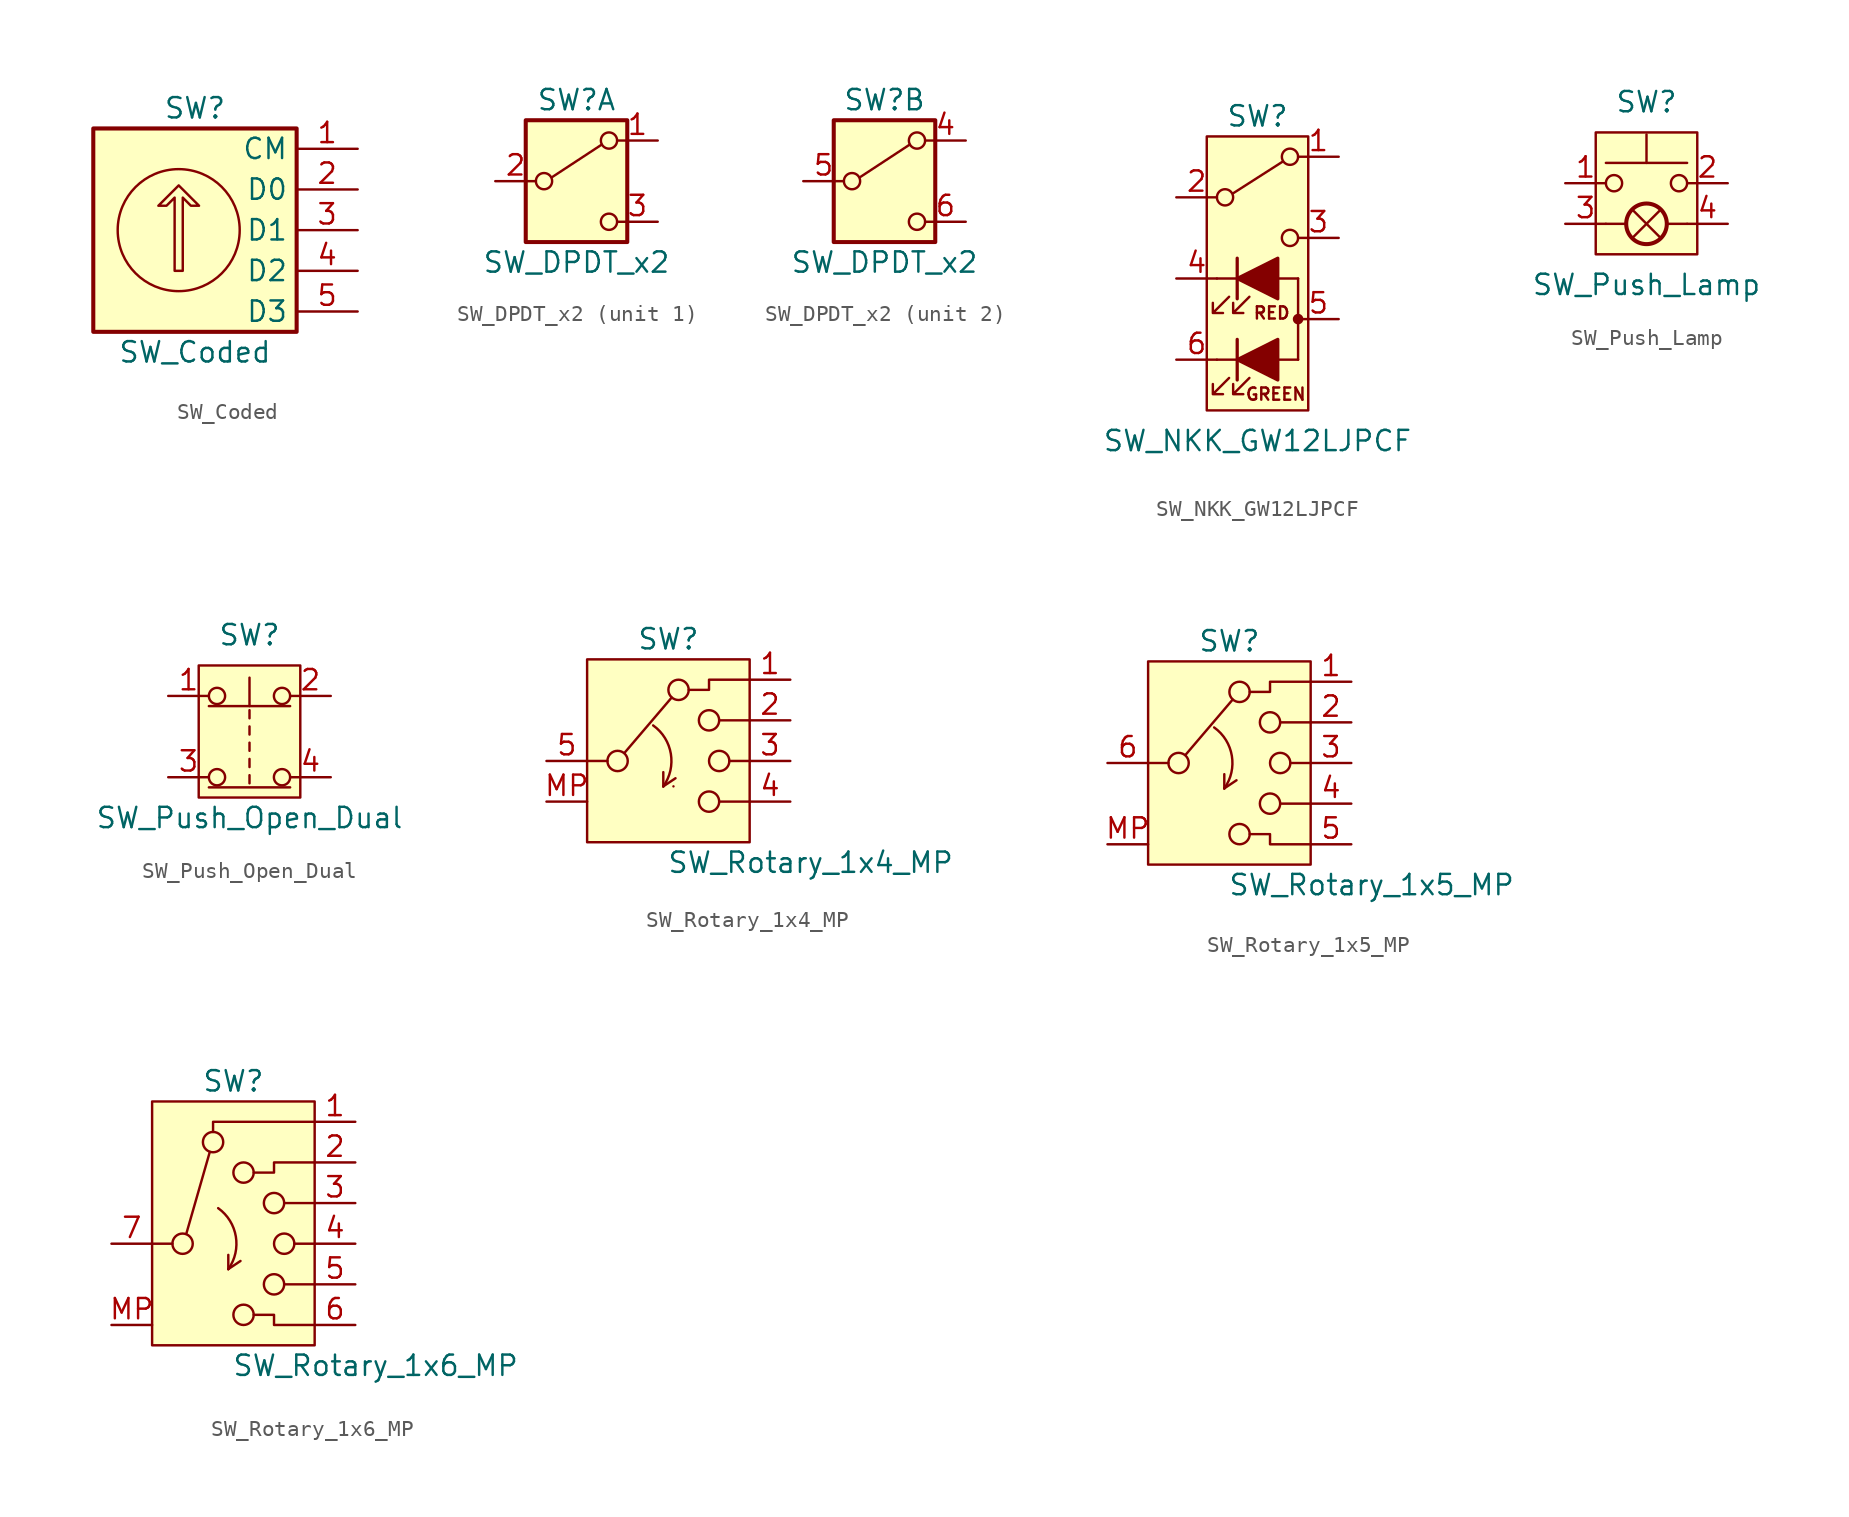
<source format=kicad_sym>
(kicad_symbol_lib
  (version 20220914)
  (generator kicad_symbol_editor)
  (symbol "SW_Coded"
    (property "Reference" "SW"
      (at 0 7.62 0)
      (effects (font (size 1.27 1.27))))
    (property "Value" "SW_Coded"
      (at 0 -7.62 0)
      (effects (font (size 1.27 1.27))))
    (symbol "SW_Coded_0_1"
      (rectangle (start -6.35 6.35) (end 6.35 -6.35) (stroke (width 0.254) (type default)) (fill (type background)))
      (circle (center -1.016 0) (radius 3.81) (stroke (width 0) (type default)) (fill (type none)))
      (polyline (pts (xy -1.27 -2.54) (xy -1.27 2.032) (xy -1.778 1.524) (xy -2.286 1.524) (xy -1.016 2.794) (xy 0.254 1.524) (xy -0.254 1.524) (xy -0.762 2.032) (xy -0.762 -2.54) (xy -1.27 -2.54) (xy -1.27 -2.54)) (stroke (width 0) (type default)) (fill (type none))))
    (symbol "SW_Coded_1_1"
      (pin passive line (at 10.16 5.08 180) (length 3.81) (name "CM" (effects (font (size 1.27 1.27)))) (number "1" (effects (font (size 1.27 1.27)))))
      (pin passive line (at 10.16 2.54 180) (length 3.81) (name "D0" (effects (font (size 1.27 1.27)))) (number "2" (effects (font (size 1.27 1.27)))))
      (pin passive line (at 10.16 0 180) (length 3.81) (name "D1" (effects (font (size 1.27 1.27)))) (number "3" (effects (font (size 1.27 1.27)))))
      (pin passive line (at 10.16 -2.54 180) (length 3.81) (name "D2" (effects (font (size 1.27 1.27)))) (number "4" (effects (font (size 1.27 1.27)))))
      (pin passive line (at 10.16 -5.08 180) (length 3.81) (name "D3" (effects (font (size 1.27 1.27)))) (number "5" (effects (font (size 1.27 1.27)))))))
  (symbol "SW_DPDT_x2"
    (pin_names
      (offset 0) hide)
    (property "Reference" "SW"
      (at 0 5.08 0)
      (effects (font (size 1.27 1.27))))
    (property "Value" "SW_DPDT_x2"
      (at 0 -5.08 0)
      (effects (font (size 1.27 1.27))))
    (symbol "SW_DPDT_x2_0_0"
      (circle (center -2.032 0) (radius 0.508) (stroke (width 0) (type default)) (fill (type none)))
      (circle (center 2.032 -2.54) (radius 0.508) (stroke (width 0) (type default)) (fill (type none))))
    (symbol "SW_DPDT_x2_0_1"
      (rectangle (start -3.175 3.81) (end 3.175 -3.81) (stroke (width 0.254) (type default)) (fill (type background)))
      (polyline (pts (xy -1.524 0.254) (xy 1.575 2.286)) (stroke (width 0) (type default)) (fill (type none)))
      (circle (center 2.032 2.54) (radius 0.508) (stroke (width 0) (type default)) (fill (type none))))
    (symbol "SW_DPDT_x2_1_1"
      (pin passive line (at 5.08 2.54 180) (length 2.54) (name "A" (effects (font (size 1.27 1.27)))) (number "1" (effects (font (size 1.27 1.27)))))
      (pin passive line (at -5.08 0 0) (length 2.54) (name "B" (effects (font (size 1.27 1.27)))) (number "2" (effects (font (size 1.27 1.27)))))
      (pin passive line (at 5.08 -2.54 180) (length 2.54) (name "C" (effects (font (size 1.27 1.27)))) (number "3" (effects (font (size 1.27 1.27))))))
    (symbol "SW_DPDT_x2_2_1"
      (pin passive line (at 5.08 2.54 180) (length 2.54) (name "A" (effects (font (size 1.27 1.27)))) (number "4" (effects (font (size 1.27 1.27)))))
      (pin passive line (at -5.08 0 0) (length 2.54) (name "B" (effects (font (size 1.27 1.27)))) (number "5" (effects (font (size 1.27 1.27)))))
      (pin passive line (at 5.08 -2.54 180) (length 2.54) (name "C" (effects (font (size 1.27 1.27)))) (number "6" (effects (font (size 1.27 1.27)))))))
  (symbol "SW_NKK_GW12LJPCF"
    (pin_names
      (offset 1.016) hide)
    (property "Reference" "SW"
      (at 0 10.16 0)
      (effects (font (size 1.27 1.27))))
    (property "Value" "SW_NKK_GW12LJPCF"
      (at 0 -10.16 0)
      (effects (font (size 1.27 1.27))))
    (symbol "SW_NKK_GW12LJPCF_0_0"
      (circle (center -2.032 5.08) (radius 0.508) (stroke (width 0) (type default)) (fill (type none)))
      (polyline (pts (xy -2.54 -5.08) (xy 2.54 -5.08)) (stroke (width 0) (type default)) (fill (type none)))
      (polyline (pts (xy -2.54 0) (xy 2.54 0)) (stroke (width 0) (type default)) (fill (type none)))
      (circle (center 2.032 2.54) (radius 0.508) (stroke (width 0) (type default)) (fill (type none)))
      (text "GREEN" (at 1.143 -7.239 0) (effects (font (size 0.762 0.762))))
      (text "RED" (at 0.889 -2.159 0) (effects (font (size 0.762 0.762)))))
    (symbol "SW_NKK_GW12LJPCF_0_1"
      (polyline (pts (xy -1.524 5.334) (xy 1.575 7.315)) (stroke (width 0) (type default)) (fill (type none)))
      (polyline (pts (xy -1.27 -6.35) (xy -1.27 -3.81)) (stroke (width 0.203) (type default)) (fill (type none)))
      (polyline (pts (xy -1.27 -1.27) (xy -1.27 1.27)) (stroke (width 0.203) (type default)) (fill (type none)))
      (polyline (pts (xy 2.54 0) (xy 2.54 -5.08)) (stroke (width 0) (type default)) (fill (type none)))
      (polyline (pts (xy -1.778 -6.223) (xy -2.794 -7.239) (xy -2.159 -7.239) (xy -2.794 -7.239) (xy -2.794 -6.604)) (stroke (width 0) (type default)) (fill (type none)))
      (polyline (pts (xy -1.778 -1.143) (xy -2.794 -2.159) (xy -2.159 -2.159) (xy -2.794 -2.159) (xy -2.794 -1.524)) (stroke (width 0) (type default)) (fill (type none)))
      (polyline (pts (xy -0.508 -6.223) (xy -1.524 -7.239) (xy -0.889 -7.239) (xy -1.524 -7.239) (xy -1.524 -6.604)) (stroke (width 0) (type default)) (fill (type none)))
      (polyline (pts (xy -0.508 -1.143) (xy -1.524 -2.159) (xy -0.889 -2.159) (xy -1.524 -2.159) (xy -1.524 -1.524)) (stroke (width 0) (type default)) (fill (type none)))
      (circle (center 2.032 7.62) (radius 0.508) (stroke (width 0) (type default)) (fill (type none)))
      (circle (center 2.54 -2.54) (radius 0.254) (stroke (width 0) (type default)) (fill (type outline)))
      (pin passive line (at -5.08 0 0) (length 2.54) (name "KR" (effects (font (size 1.27 1.27)))) (number "4" (effects (font (size 1.27 1.27)))))
      (pin passive line (at 5.08 -2.54 180) (length 2.54) (name "A" (effects (font (size 1.27 1.27)))) (number "5" (effects (font (size 1.27 1.27)))))
      (pin passive line (at -5.08 -5.08 0) (length 2.54) (name "KG" (effects (font (size 1.27 1.27)))) (number "6" (effects (font (size 1.27 1.27))))))
    (symbol "SW_NKK_GW12LJPCF_1_1"
      (rectangle (start -3.175 8.89) (end 3.175 -8.255) (stroke (width 0) (type default)) (fill (type background)))
      (polyline (pts (xy 1.27 -6.35) (xy 1.27 -3.81) (xy -1.27 -5.08) (xy 1.27 -6.35)) (stroke (width 0.203) (type default)) (fill (type outline)))
      (polyline (pts (xy 1.27 -1.27) (xy 1.27 1.27) (xy -1.27 0) (xy 1.27 -1.27)) (stroke (width 0.203) (type default)) (fill (type outline)))
      (pin passive line (at 5.08 7.62 180) (length 2.54) (name "A" (effects (font (size 1.27 1.27)))) (number "1" (effects (font (size 1.27 1.27)))))
      (pin passive line (at -5.08 5.08 0) (length 2.54) (name "B" (effects (font (size 1.27 1.27)))) (number "2" (effects (font (size 1.27 1.27)))))
      (pin passive line (at 5.08 2.54 180) (length 2.54) (name "C" (effects (font (size 1.27 1.27)))) (number "3" (effects (font (size 1.27 1.27)))))))
  (symbol "SW_Push_Lamp"
    (pin_names
      (offset 1.016) hide)
    (property "Reference" "SW"
      (at 0 7.62 0)
      (effects (font (size 1.27 1.27))))
    (property "Value" "SW_Push_Lamp"
      (at 0 -3.81 0)
      (effects (font (size 1.27 1.27))))
    (symbol "SW_Push_Lamp_0_1"
      (circle (center -2.032 2.54) (radius 0.508) (stroke (width 0) (type default)) (fill (type none)))
      (polyline (pts (xy -2.54 0) (xy -1.27 0)) (stroke (width 0) (type default)) (fill (type none)))
      (polyline (pts (xy -0.889 -0.889) (xy 0.889 0.889)) (stroke (width 0) (type default)) (fill (type none)))
      (polyline (pts (xy 0 3.81) (xy 0 5.588)) (stroke (width 0) (type default)) (fill (type none)))
      (polyline (pts (xy 0.889 -0.889) (xy -0.889 0.889)) (stroke (width 0) (type default)) (fill (type none)))
      (polyline (pts (xy 2.54 0) (xy 1.27 0)) (stroke (width 0) (type default)) (fill (type none)))
      (polyline (pts (xy 2.54 3.81) (xy -2.54 3.81)) (stroke (width 0) (type default)) (fill (type none)))
      (circle (center 0 0) (radius 1.27) (stroke (width 0.254) (type default)) (fill (type none)))
      (circle (center 2.032 2.54) (radius 0.508) (stroke (width 0) (type default)) (fill (type none)))
      (pin passive line (at -5.08 2.54 0) (length 2.54) (name "1" (effects (font (size 1.27 1.27)))) (number "1" (effects (font (size 1.27 1.27)))))
      (pin passive line (at 5.08 2.54 180) (length 2.54) (name "2" (effects (font (size 1.27 1.27)))) (number "2" (effects (font (size 1.27 1.27)))))
      (pin passive line (at -5.08 0 0) (length 2.54) (name "L" (effects (font (size 1.27 1.27)))) (number "3" (effects (font (size 1.27 1.27)))))
      (pin passive line (at 5.08 0 180) (length 2.54) (name "L" (effects (font (size 1.27 1.27)))) (number "4" (effects (font (size 1.27 1.27))))))
    (symbol "SW_Push_Lamp_1_1"
      (rectangle (start -3.175 5.715) (end 3.175 -1.905) (stroke (width 0) (type default)) (fill (type background)))))
  (symbol "SW_Push_Open_Dual"
    (pin_names
      (offset 1.016) hide)
    (property "Reference" "SW"
      (at 0 3.81 0)
      (effects (font (size 1.27 1.27))))
    (property "Value" "SW_Push_Open_Dual"
      (at 0 -7.62 0)
      (effects (font (size 1.27 1.27))))
    (symbol "SW_Push_Open_Dual_0_1"
      (circle (center -2.032 -5.08) (radius 0.508) (stroke (width 0) (type default)) (fill (type none)))
      (circle (center -2.032 0) (radius 0.508) (stroke (width 0) (type default)) (fill (type none)))
      (polyline (pts (xy 0 -4.953) (xy 0 -5.461)) (stroke (width 0) (type default)) (fill (type none)))
      (polyline (pts (xy 0 -3.937) (xy 0 -4.445)) (stroke (width 0) (type default)) (fill (type none)))
      (polyline (pts (xy 0 -3.429) (xy 0 -2.921)) (stroke (width 0) (type default)) (fill (type none)))
      (polyline (pts (xy 0 -2.413) (xy 0 -1.905)) (stroke (width 0) (type default)) (fill (type none)))
      (polyline (pts (xy 0 -1.397) (xy 0 -0.889)) (stroke (width 0) (type default)) (fill (type none)))
      (polyline (pts (xy 0 -0.635) (xy 0 1.143)) (stroke (width 0) (type default)) (fill (type none)))
      (polyline (pts (xy 2.54 -5.715) (xy -2.54 -5.715)) (stroke (width 0) (type default)) (fill (type none)))
      (polyline (pts (xy 2.54 -0.635) (xy -2.54 -0.635)) (stroke (width 0) (type default)) (fill (type none)))
      (circle (center 2.032 -5.08) (radius 0.508) (stroke (width 0) (type default)) (fill (type none)))
      (circle (center 2.032 0) (radius 0.508) (stroke (width 0) (type default)) (fill (type none)))
      (pin passive line (at -5.08 0 0) (length 2.54) (name "1" (effects (font (size 1.27 1.27)))) (number "1" (effects (font (size 1.27 1.27)))))
      (pin passive line (at 5.08 0 180) (length 2.54) (name "2" (effects (font (size 1.27 1.27)))) (number "2" (effects (font (size 1.27 1.27)))))
      (pin passive line (at -5.08 -5.08 0) (length 2.54) (name "3" (effects (font (size 1.27 1.27)))) (number "3" (effects (font (size 1.27 1.27)))))
      (pin passive line (at 5.08 -5.08 180) (length 2.54) (name "4" (effects (font (size 1.27 1.27)))) (number "4" (effects (font (size 1.27 1.27))))))
    (symbol "SW_Push_Open_Dual_1_1"
      (rectangle (start -3.175 1.905) (end 3.175 -6.35) (stroke (width 0) (type default)) (fill (type background)))))
  (symbol "SW_Rotary_1x4_MP"
    (pin_names hide)
    (property "Reference" "SW"
      (at 0 7.62 0)
      (effects (font (size 1.27 1.27))))
    (property "Value" "SW_Rotary_1x4_MP"
      (at 8.89 -6.35 0)
      (effects (font (size 1.27 1.27))))
    (symbol "SW_Rotary_1x4_MP_0_1"
      (circle (center -3.175 0) (radius 0.635) (stroke (width 0) (type default)) (fill (type none)))
      (arc (start -0.3176 -1.5875) (mid 0.154 0.449) (end -0.9526 2.2225) (stroke (width 0) (type default)) (fill (type none)))
      (polyline (pts (xy -5.08 0) (xy -3.81 0)) (stroke (width 0) (type default)) (fill (type none)))
      (polyline (pts (xy -2.743 0.508) (xy 0.203 3.962)) (stroke (width 0) (type default)) (fill (type none)))
      (polyline (pts (xy -0.318 -1.587) (xy -0.318 -1.587)) (stroke (width 0) (type default)) (fill (type none)))
      (polyline (pts (xy -0.318 -1.587) (xy -0.318 -0.699)) (stroke (width 0) (type default)) (fill (type none)))
      (polyline (pts (xy -0.318 -1.587) (xy 0.444 -1.079)) (stroke (width 0) (type default)) (fill (type none)))
      (polyline (pts (xy 0.317 -1.587) (xy 0.317 -1.587)) (stroke (width 0) (type default)) (fill (type none)))
      (polyline (pts (xy 5.08 -2.54) (xy 3.175 -2.54)) (stroke (width 0) (type default)) (fill (type none)))
      (polyline (pts (xy 5.08 0) (xy 3.81 0)) (stroke (width 0) (type default)) (fill (type none)))
      (polyline (pts (xy 5.08 2.54) (xy 3.175 2.54)) (stroke (width 0) (type default)) (fill (type none)))
      (polyline (pts (xy 5.08 5.08) (xy 2.54 5.08) (xy 2.54 4.445) (xy 1.27 4.445)) (stroke (width 0) (type default)) (fill (type none)))
      (circle (center 0.635 4.445) (radius 0.635) (stroke (width 0) (type default)) (fill (type none)))
      (circle (center 2.54 -2.54) (radius 0.635) (stroke (width 0) (type default)) (fill (type none)))
      (circle (center 2.54 2.54) (radius 0.635) (stroke (width 0) (type default)) (fill (type none)))
      (circle (center 3.175 0) (radius 0.635) (stroke (width 0) (type default)) (fill (type none))))
    (symbol "SW_Rotary_1x4_MP_1_1"
      (polyline (pts (xy -5.08 6.35) (xy 5.08 6.35) (xy 5.08 -5.08) (xy -5.08 -5.08) (xy -5.08 6.35) (xy -5.08 6.35)) (stroke (width 0) (type default)) (fill (type background)))
      (pin passive line (at 7.62 5.08 180) (length 2.54) (name "" (effects (font (size 1.27 1.27)))) (number "1" (effects (font (size 1.27 1.27)))))
      (pin passive line (at 7.62 2.54 180) (length 2.54) (name "" (effects (font (size 1.27 1.27)))) (number "2" (effects (font (size 1.27 1.27)))))
      (pin passive line (at 7.62 0 180) (length 2.54) (name "" (effects (font (size 1.27 1.27)))) (number "3" (effects (font (size 1.27 1.27)))))
      (pin passive line (at 7.62 -2.54 180) (length 2.54) (name "" (effects (font (size 1.27 1.27)))) (number "4" (effects (font (size 1.27 1.27)))))
      (pin passive line (at -7.62 0 0) (length 2.54) (name "" (effects (font (size 1.27 1.27)))) (number "5" (effects (font (size 1.27 1.27)))))
      (pin passive line (at -7.62 -2.54 0) (length 2.54) (name "" (effects (font (size 1.27 1.27)))) (number "MP" (effects (font (size 1.27 1.27)))))))
  (symbol "SW_Rotary_1x5_MP"
    (pin_names hide)
    (property "Reference" "SW"
      (at 0 7.62 0)
      (effects (font (size 1.27 1.27))))
    (property "Value" "SW_Rotary_1x5_MP"
      (at 8.89 -7.62 0)
      (effects (font (size 1.27 1.27))))
    (symbol "SW_Rotary_1x5_MP_0_1"
      (circle (center -3.175 0) (radius 0.635) (stroke (width 0) (type default)) (fill (type none)))
      (arc (start -0.3176 -1.5875) (mid 0.154 0.449) (end -0.9526 2.2225) (stroke (width 0) (type default)) (fill (type none)))
      (polyline (pts (xy -5.08 0) (xy -3.81 0)) (stroke (width 0) (type default)) (fill (type none)))
      (polyline (pts (xy -2.743 0.508) (xy 0.203 3.962)) (stroke (width 0) (type default)) (fill (type none)))
      (polyline (pts (xy -0.318 -1.587) (xy -0.318 -1.587)) (stroke (width 0) (type default)) (fill (type none)))
      (polyline (pts (xy -0.318 -1.587) (xy -0.318 -0.699)) (stroke (width 0) (type default)) (fill (type none)))
      (polyline (pts (xy -0.318 -1.587) (xy 0.444 -1.079)) (stroke (width 0) (type default)) (fill (type none)))
      (polyline (pts (xy 5.08 -2.54) (xy 3.175 -2.54)) (stroke (width 0) (type default)) (fill (type none)))
      (polyline (pts (xy 5.08 0) (xy 3.81 0)) (stroke (width 0) (type default)) (fill (type none)))
      (polyline (pts (xy 5.08 2.54) (xy 3.175 2.54)) (stroke (width 0) (type default)) (fill (type none)))
      (polyline (pts (xy 5.08 -5.08) (xy 2.54 -5.08) (xy 2.54 -4.445) (xy 1.27 -4.445)) (stroke (width 0) (type default)) (fill (type none)))
      (polyline (pts (xy 5.08 5.08) (xy 2.54 5.08) (xy 2.54 4.445) (xy 1.27 4.445)) (stroke (width 0) (type default)) (fill (type none)))
      (circle (center 0.635 -4.445) (radius 0.635) (stroke (width 0) (type default)) (fill (type none)))
      (circle (center 0.635 4.445) (radius 0.635) (stroke (width 0) (type default)) (fill (type none)))
      (circle (center 2.54 -2.54) (radius 0.635) (stroke (width 0) (type default)) (fill (type none)))
      (circle (center 2.54 2.54) (radius 0.635) (stroke (width 0) (type default)) (fill (type none)))
      (circle (center 3.175 0) (radius 0.635) (stroke (width 0) (type default)) (fill (type none))))
    (symbol "SW_Rotary_1x5_MP_1_1"
      (polyline (pts (xy -5.08 6.35) (xy 5.08 6.35) (xy 5.08 -6.35) (xy -5.08 -6.35) (xy -5.08 6.35) (xy -5.08 6.35)) (stroke (width 0) (type default)) (fill (type background)))
      (pin passive line (at 7.62 5.08 180) (length 2.54) (name "" (effects (font (size 1.27 1.27)))) (number "1" (effects (font (size 1.27 1.27)))))
      (pin passive line (at 7.62 2.54 180) (length 2.54) (name "" (effects (font (size 1.27 1.27)))) (number "2" (effects (font (size 1.27 1.27)))))
      (pin passive line (at 7.62 0 180) (length 2.54) (name "" (effects (font (size 1.27 1.27)))) (number "3" (effects (font (size 1.27 1.27)))))
      (pin passive line (at 7.62 -2.54 180) (length 2.54) (name "" (effects (font (size 1.27 1.27)))) (number "4" (effects (font (size 1.27 1.27)))))
      (pin passive line (at 7.62 -5.08 180) (length 2.54) (name "" (effects (font (size 1.27 1.27)))) (number "5" (effects (font (size 1.27 1.27)))))
      (pin passive line (at -7.62 0 0) (length 2.54) (name "" (effects (font (size 1.27 1.27)))) (number "6" (effects (font (size 1.27 1.27)))))
      (pin passive line (at -7.62 -5.08 0) (length 2.54) (name "" (effects (font (size 1.27 1.27)))) (number "MP" (effects (font (size 1.27 1.27)))))))
  (symbol "SW_Rotary_1x6_MP"
    (pin_names hide)
    (property "Reference" "SW"
      (at 0 10.16 0)
      (effects (font (size 1.27 1.27))))
    (property "Value" "SW_Rotary_1x6_MP"
      (at 8.89 -7.62 0)
      (effects (font (size 1.27 1.27))))
    (symbol "SW_Rotary_1x6_MP_0_1"
      (circle (center -3.175 0) (radius 0.635) (stroke (width 0) (type default)) (fill (type none)))
      (circle (center -1.27 6.35) (radius 0.635) (stroke (width 0) (type default)) (fill (type none)))
      (arc (start -0.3176 -1.5875) (mid 0.154 0.449) (end -0.9526 2.2225) (stroke (width 0) (type default)) (fill (type none)))
      (polyline (pts (xy -5.08 0) (xy -3.81 0)) (stroke (width 0) (type default)) (fill (type none)))
      (polyline (pts (xy -2.946 0.61) (xy -1.473 5.74)) (stroke (width 0) (type default)) (fill (type none)))
      (polyline (pts (xy -0.318 -1.587) (xy -0.318 -1.587)) (stroke (width 0) (type default)) (fill (type none)))
      (polyline (pts (xy -0.318 -1.587) (xy -0.318 -0.699)) (stroke (width 0) (type default)) (fill (type none)))
      (polyline (pts (xy -0.318 -1.587) (xy 0.444 -1.079)) (stroke (width 0) (type default)) (fill (type none)))
      (polyline (pts (xy 5.08 -2.54) (xy 3.175 -2.54)) (stroke (width 0) (type default)) (fill (type none)))
      (polyline (pts (xy 5.08 0) (xy 3.81 0)) (stroke (width 0) (type default)) (fill (type none)))
      (polyline (pts (xy 5.08 2.54) (xy 3.175 2.54)) (stroke (width 0) (type default)) (fill (type none)))
      (polyline (pts (xy 5.08 -5.08) (xy 2.54 -5.08) (xy 2.54 -4.445) (xy 1.27 -4.445)) (stroke (width 0) (type default)) (fill (type none)))
      (polyline (pts (xy 5.08 5.08) (xy 2.54 5.08) (xy 2.54 4.445) (xy 1.27 4.445)) (stroke (width 0) (type default)) (fill (type none)))
      (polyline (pts (xy 5.08 7.62) (xy -1.27 7.62) (xy -1.27 7.62) (xy -1.27 6.985)) (stroke (width 0) (type default)) (fill (type none)))
      (circle (center 0.635 -4.445) (radius 0.635) (stroke (width 0) (type default)) (fill (type none)))
      (circle (center 0.635 4.445) (radius 0.635) (stroke (width 0) (type default)) (fill (type none)))
      (circle (center 2.54 -2.54) (radius 0.635) (stroke (width 0) (type default)) (fill (type none)))
      (circle (center 2.54 2.54) (radius 0.635) (stroke (width 0) (type default)) (fill (type none)))
      (circle (center 3.175 0) (radius 0.635) (stroke (width 0) (type default)) (fill (type none))))
    (symbol "SW_Rotary_1x6_MP_1_1"
      (polyline (pts (xy -5.08 8.89) (xy 5.08 8.89) (xy 5.08 -6.35) (xy -5.08 -6.35) (xy -5.08 8.89) (xy -5.08 8.89)) (stroke (width 0) (type default)) (fill (type background)))
      (pin passive line (at 7.62 7.62 180) (length 2.54) (name "" (effects (font (size 1.27 1.27)))) (number "1" (effects (font (size 1.27 1.27)))))
      (pin passive line (at 7.62 5.08 180) (length 2.54) (name "" (effects (font (size 1.27 1.27)))) (number "2" (effects (font (size 1.27 1.27)))))
      (pin passive line (at 7.62 2.54 180) (length 2.54) (name "" (effects (font (size 1.27 1.27)))) (number "3" (effects (font (size 1.27 1.27)))))
      (pin passive line (at 7.62 0 180) (length 2.54) (name "" (effects (font (size 1.27 1.27)))) (number "4" (effects (font (size 1.27 1.27)))))
      (pin passive line (at 7.62 -2.54 180) (length 2.54) (name "" (effects (font (size 1.27 1.27)))) (number "5" (effects (font (size 1.27 1.27)))))
      (pin passive line (at 7.62 -5.08 180) (length 2.54) (name "" (effects (font (size 1.27 1.27)))) (number "6" (effects (font (size 1.27 1.27)))))
      (pin passive line (at -7.62 0 0) (length 2.54) (name "" (effects (font (size 1.27 1.27)))) (number "7" (effects (font (size 1.27 1.27)))))
      (pin passive line (at -7.62 -5.08 0) (length 2.54) (name "" (effects (font (size 1.27 1.27)))) (number "MP" (effects (font (size 1.27 1.27))))))))
</source>
